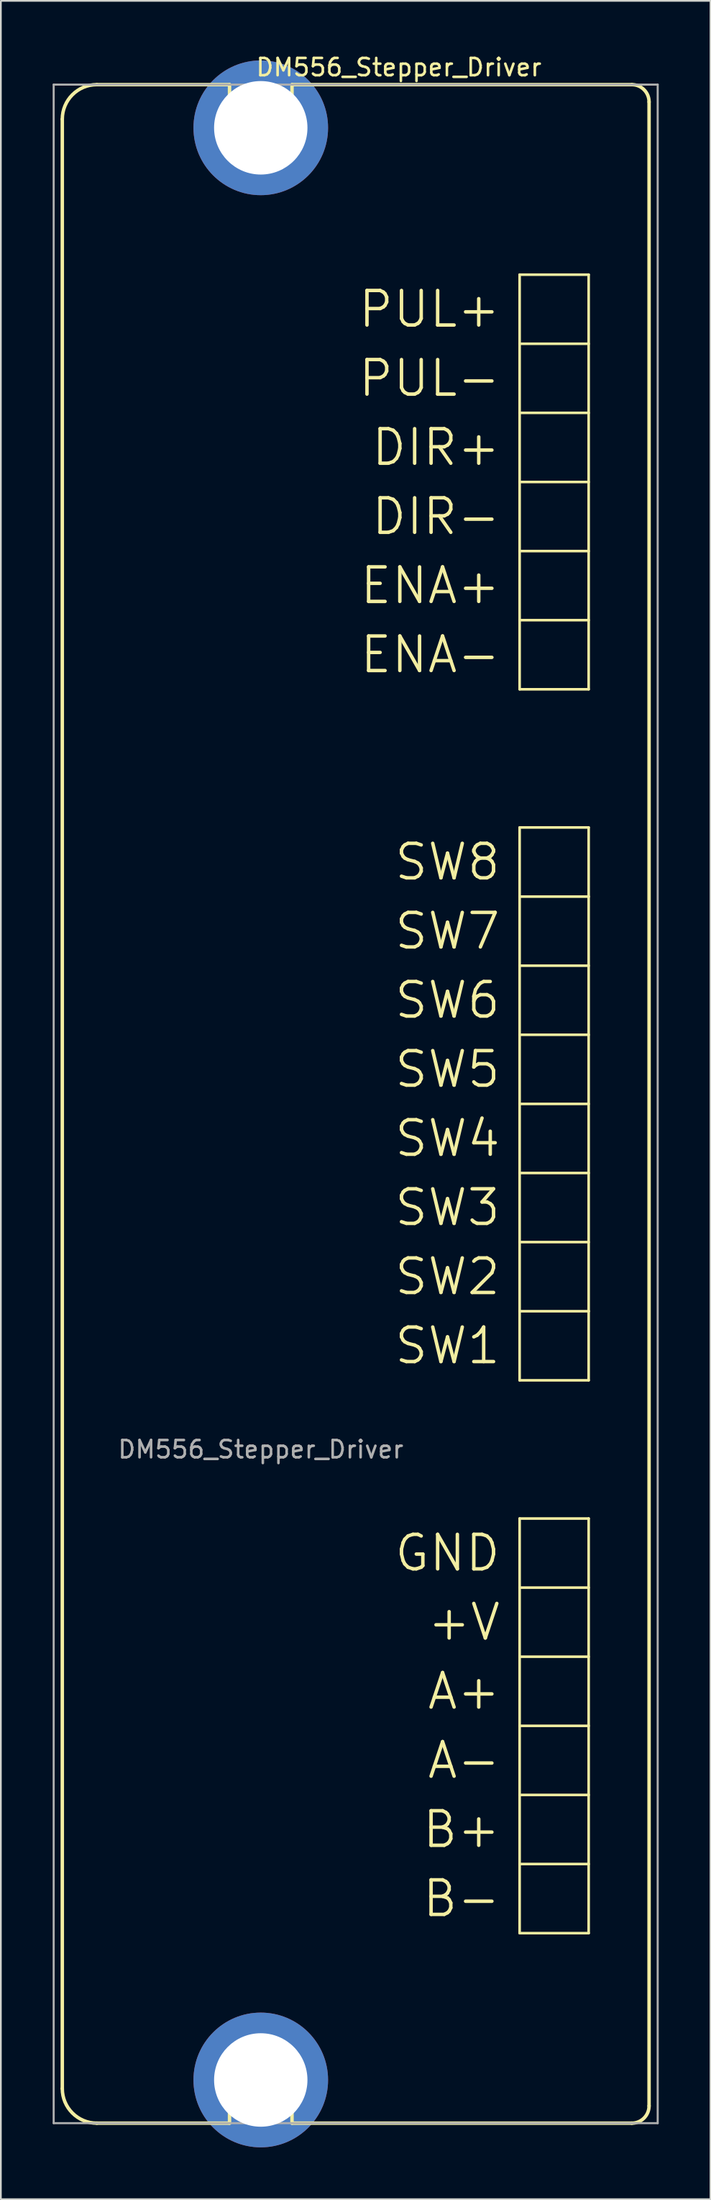
<source format=kicad_pcb>
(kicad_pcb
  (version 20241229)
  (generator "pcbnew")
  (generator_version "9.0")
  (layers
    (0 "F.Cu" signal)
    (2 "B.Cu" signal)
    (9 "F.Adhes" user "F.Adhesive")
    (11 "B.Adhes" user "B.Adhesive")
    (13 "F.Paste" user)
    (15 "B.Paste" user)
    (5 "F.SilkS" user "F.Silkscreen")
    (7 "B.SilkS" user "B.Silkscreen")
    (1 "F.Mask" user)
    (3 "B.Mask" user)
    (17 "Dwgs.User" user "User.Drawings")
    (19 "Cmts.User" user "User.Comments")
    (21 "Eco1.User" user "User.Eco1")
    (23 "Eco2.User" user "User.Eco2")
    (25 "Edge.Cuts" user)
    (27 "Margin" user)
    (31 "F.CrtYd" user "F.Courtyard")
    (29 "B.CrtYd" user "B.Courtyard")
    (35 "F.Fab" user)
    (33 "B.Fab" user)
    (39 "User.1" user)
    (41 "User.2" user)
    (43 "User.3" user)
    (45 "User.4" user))
  (footprint "DM556_Stepper_Driver"
    (layer "F.Cu")
    (at 12.06 60.848)
    (property "Reference" "DM556_Stepper_Driver" (at 8 -60 0) (layer "F.SilkS") (effects (font (size 1 1) (thickness 0.15))))
    (attr through_hole)
    (fp_line (start -11.5 -57) (end -11.5 57) (stroke (width 0.2) (type solid)) (layer "F.SilkS"))
    (fp_line (start -9.5 59) (end -1.81 59) (stroke (width 0.2) (type solid)) (layer "F.SilkS"))
    (fp_line (start -1.81 -59) (end -9.5 -59) (stroke (width 0.2) (type solid)) (layer "F.SilkS"))
    (fp_line (start -1.81 -56) (end -1.81 -59) (stroke (width 0.2) (type solid)) (layer "F.SilkS"))
    (fp_line (start -1.81 59) (end -1.81 56) (stroke (width 0.2) (type solid)) (layer "F.SilkS"))
    (fp_line (start 1.81 56) (end 1.81 59) (stroke (width 0.2) (type solid)) (layer "F.SilkS"))
    (fp_line (start 1.81 -59) (end 1.81 -56) (stroke (width 0.2) (type solid)) (layer "F.SilkS"))
    (fp_line (start 1.81 -59) (end 21.5 -59) (stroke (width 0.2) (type solid)) (layer "F.SilkS"))
    (fp_line (start 15 -48) (end 15 -24) (stroke (width 0.15) (type solid)) (layer "F.SilkS"))
    (fp_line (start 15 -44) (end 19 -44) (stroke (width 0.15) (type solid)) (layer "F.SilkS"))
    (fp_line (start 15 -40) (end 19 -40) (stroke (width 0.15) (type solid)) (layer "F.SilkS"))
    (fp_line (start 15 -36) (end 19 -36) (stroke (width 0.15) (type solid)) (layer "F.SilkS"))
    (fp_line (start 15 -32) (end 19 -32) (stroke (width 0.15) (type solid)) (layer "F.SilkS"))
    (fp_line (start 15 -28) (end 19 -28) (stroke (width 0.15) (type solid)) (layer "F.SilkS"))
    (fp_line (start 15 -24) (end 19 -24) (stroke (width 0.15) (type solid)) (layer "F.SilkS"))
    (fp_line (start 15 -16) (end 19 -16) (stroke (width 0.15) (type solid)) (layer "F.SilkS"))
    (fp_line (start 15 -12) (end 15 -16) (stroke (width 0.15) (type solid)) (layer "F.SilkS"))
    (fp_line (start 15 -12) (end 15 12) (stroke (width 0.15) (type solid)) (layer "F.SilkS"))
    (fp_line (start 15 -8) (end 19 -8) (stroke (width 0.15) (type solid)) (layer "F.SilkS"))
    (fp_line (start 15 -4) (end 19 -4) (stroke (width 0.15) (type solid)) (layer "F.SilkS"))
    (fp_line (start 15 0) (end 19 0) (stroke (width 0.15) (type solid)) (layer "F.SilkS"))
    (fp_line (start 15 4) (end 19 4) (stroke (width 0.15) (type solid)) (layer "F.SilkS"))
    (fp_line (start 15 8) (end 19 8) (stroke (width 0.15) (type solid)) (layer "F.SilkS"))
    (fp_line (start 15 12) (end 15 16) (stroke (width 0.15) (type solid)) (layer "F.SilkS"))
    (fp_line (start 15 12) (end 19 12) (stroke (width 0.15) (type solid)) (layer "F.SilkS"))
    (fp_line (start 15 16) (end 19 16) (stroke (width 0.15) (type solid)) (layer "F.SilkS"))
    (fp_line (start 15 24) (end 15 48) (stroke (width 0.15) (type solid)) (layer "F.SilkS"))
    (fp_line (start 15 28) (end 19 28) (stroke (width 0.15) (type solid)) (layer "F.SilkS"))
    (fp_line (start 15 32) (end 19 32) (stroke (width 0.15) (type solid)) (layer "F.SilkS"))
    (fp_line (start 15 36) (end 19 36) (stroke (width 0.15) (type solid)) (layer "F.SilkS"))
    (fp_line (start 15 40) (end 19 40) (stroke (width 0.15) (type solid)) (layer "F.SilkS"))
    (fp_line (start 15 44) (end 19 44) (stroke (width 0.15) (type solid)) (layer "F.SilkS"))
    (fp_line (start 15 48) (end 19 48) (stroke (width 0.15) (type solid)) (layer "F.SilkS"))
    (fp_line (start 19 -48) (end 15 -48) (stroke (width 0.15) (type solid)) (layer "F.SilkS"))
    (fp_line (start 19 -24) (end 19 -48) (stroke (width 0.15) (type solid)) (layer "F.SilkS"))
    (fp_line (start 19 -16) (end 19 -12) (stroke (width 0.15) (type solid)) (layer "F.SilkS"))
    (fp_line (start 19 -12) (end 15 -12) (stroke (width 0.15) (type solid)) (layer "F.SilkS"))
    (fp_line (start 19 12) (end 19 -12) (stroke (width 0.15) (type solid)) (layer "F.SilkS"))
    (fp_line (start 19 16) (end 19 12) (stroke (width 0.15) (type solid)) (layer "F.SilkS"))
    (fp_line (start 19 24) (end 15 24) (stroke (width 0.15) (type solid)) (layer "F.SilkS"))
    (fp_line (start 19 48) (end 19 24) (stroke (width 0.15) (type solid)) (layer "F.SilkS"))
    (fp_line (start 21.5 59) (end 1.81 59) (stroke (width 0.2) (type solid)) (layer "F.SilkS"))
    (fp_line (start 22.5 58) (end 22.5 -58) (stroke (width 0.2) (type solid)) (layer "F.SilkS"))
    (fp_arc (start -11.499999 -57.000001) (mid -10.914212 -58.414214) (end -9.499999 -58.999999) (stroke (width 0.2) (type solid)) (layer "F.SilkS"))
    (fp_arc (start -9.5 59) (mid -10.914214 58.414214) (end -11.5 57) (stroke (width 0.2) (type solid)) (layer "F.SilkS"))
    (fp_arc (start -1.81 55.999999) (mid 0 54.189999) (end 1.81 55.999999) (stroke (width 0.2) (type solid)) (layer "F.SilkS"))
    (fp_arc (start 1.809999 -55.999999) (mid 0 -54.19) (end -1.809999 -55.999999) (stroke (width 0.2) (type solid)) (layer "F.SilkS"))
    (fp_arc (start 21.5 -58.999999) (mid 22.207107 -58.707106) (end 22.5 -57.999999) (stroke (width 0.2) (type solid)) (layer "F.SilkS"))
    (fp_arc (start 22.5 57.999999) (mid 22.207107 58.707106) (end 21.5 58.999999) (stroke (width 0.2) (type solid)) (layer "F.SilkS"))
    (fp_line (start -12 -59) (end 23 -59) (stroke (width 0.12) (type solid)) (layer "F.Fab"))
    (fp_line (start -12 59) (end -12 -59) (stroke (width 0.12) (type solid)) (layer "F.Fab"))
    (fp_line (start 23 -59) (end 23 59) (stroke (width 0.12) (type solid)) (layer "F.Fab"))
    (fp_line (start 23 59) (end -12 59) (stroke (width 0.12) (type solid)) (layer "F.Fab"))
    (fp_text user "PUL+" (at 14 -46 0) (layer "F.SilkS") (effects (font (size 2 2) (thickness 0.2)) (justify right)))
    (fp_text user "SW1" (at 14 14 0) (layer "F.SilkS") (effects (font (size 2 2) (thickness 0.2)) (justify right)))
    (fp_text user "+V" (at 14 30 0) (layer "F.SilkS") (effects (font (size 2 2) (thickness 0.2)) (justify right)))
    (fp_text user "SW2" (at 14 10 0) (layer "F.SilkS") (effects (font (size 2 2) (thickness 0.2)) (justify right)))
    (fp_text user "B-" (at 14 46 0) (layer "F.SilkS") (effects (font (size 2 2) (thickness 0.2)) (justify right)))
    (fp_text user "SW8" (at 14 -14 0) (layer "F.SilkS") (effects (font (size 2 2) (thickness 0.2)) (justify right)))
    (fp_text user "DIR+" (at 14 -38 0) (layer "F.SilkS") (effects (font (size 2 2) (thickness 0.2)) (justify right)))
    (fp_text user "A+" (at 14 34 0) (layer "F.SilkS") (effects (font (size 2 2) (thickness 0.2)) (justify right)))
    (fp_text user "SW3" (at 14 6 0) (layer "F.SilkS") (effects (font (size 2 2) (thickness 0.2)) (justify right)))
    (fp_text user "B+" (at 14 42 0) (layer "F.SilkS") (effects (font (size 2 2) (thickness 0.2)) (justify right)))
    (fp_text user "SW4" (at 14 2 0) (layer "F.SilkS") (effects (font (size 2 2) (thickness 0.2)) (justify right)))
    (fp_text user "SW5" (at 14 -2 0) (layer "F.SilkS") (effects (font (size 2 2) (thickness 0.2)) (justify right)))
    (fp_text user "SW7" (at 14 -10 0) (layer "F.SilkS") (effects (font (size 2 2) (thickness 0.2)) (justify right)))
    (fp_text user "PUL-" (at 14 -42 0) (layer "F.SilkS") (effects (font (size 2 2) (thickness 0.2)) (justify right)))
    (fp_text user "DIR-" (at 14 -34 0) (layer "F.SilkS") (effects (font (size 2 2) (thickness 0.2)) (justify right)))
    (fp_text user "ENA-" (at 14 -26 0) (layer "F.SilkS") (effects (font (size 2 2) (thickness 0.2)) (justify right)))
    (fp_text user "GND" (at 14 26 0) (layer "F.SilkS") (effects (font (size 2 2) (thickness 0.2)) (justify right)))
    (fp_text user "ENA+" (at 14 -30 0) (layer "F.SilkS") (effects (font (size 2 2) (thickness 0.2)) (justify right)))
    (fp_text user "SW6" (at 14 -6 0) (layer "F.SilkS") (effects (font (size 2 2) (thickness 0.2)) (justify right)))
    (fp_text user "A-" (at 14 38 0) (layer "F.SilkS") (effects (font (size 2 2) (thickness 0.2)) (justify right)))
    (fp_text user "${REFERENCE}" (at 0 20 0) (layer "F.Fab") (effects (font (size 1 1) (thickness 0.15))))
    (pad "1" thru_hole circle (at 0 -56.5) (size 7.8 7.8) (drill 5.41) (layers "*.Cu" "*.Mask"))
    (pad "2" thru_hole circle (at 0 56.5) (size 7.8 7.8) (drill 5.41) (layers "*.Cu" "*.Mask")))
  (gr_rect
    (start -3 -3)
    (end 38.12 124.248)
    (stroke (width 0.1) (type default))
    (fill no)
    (layer "Edge.Cuts")))
</source>
